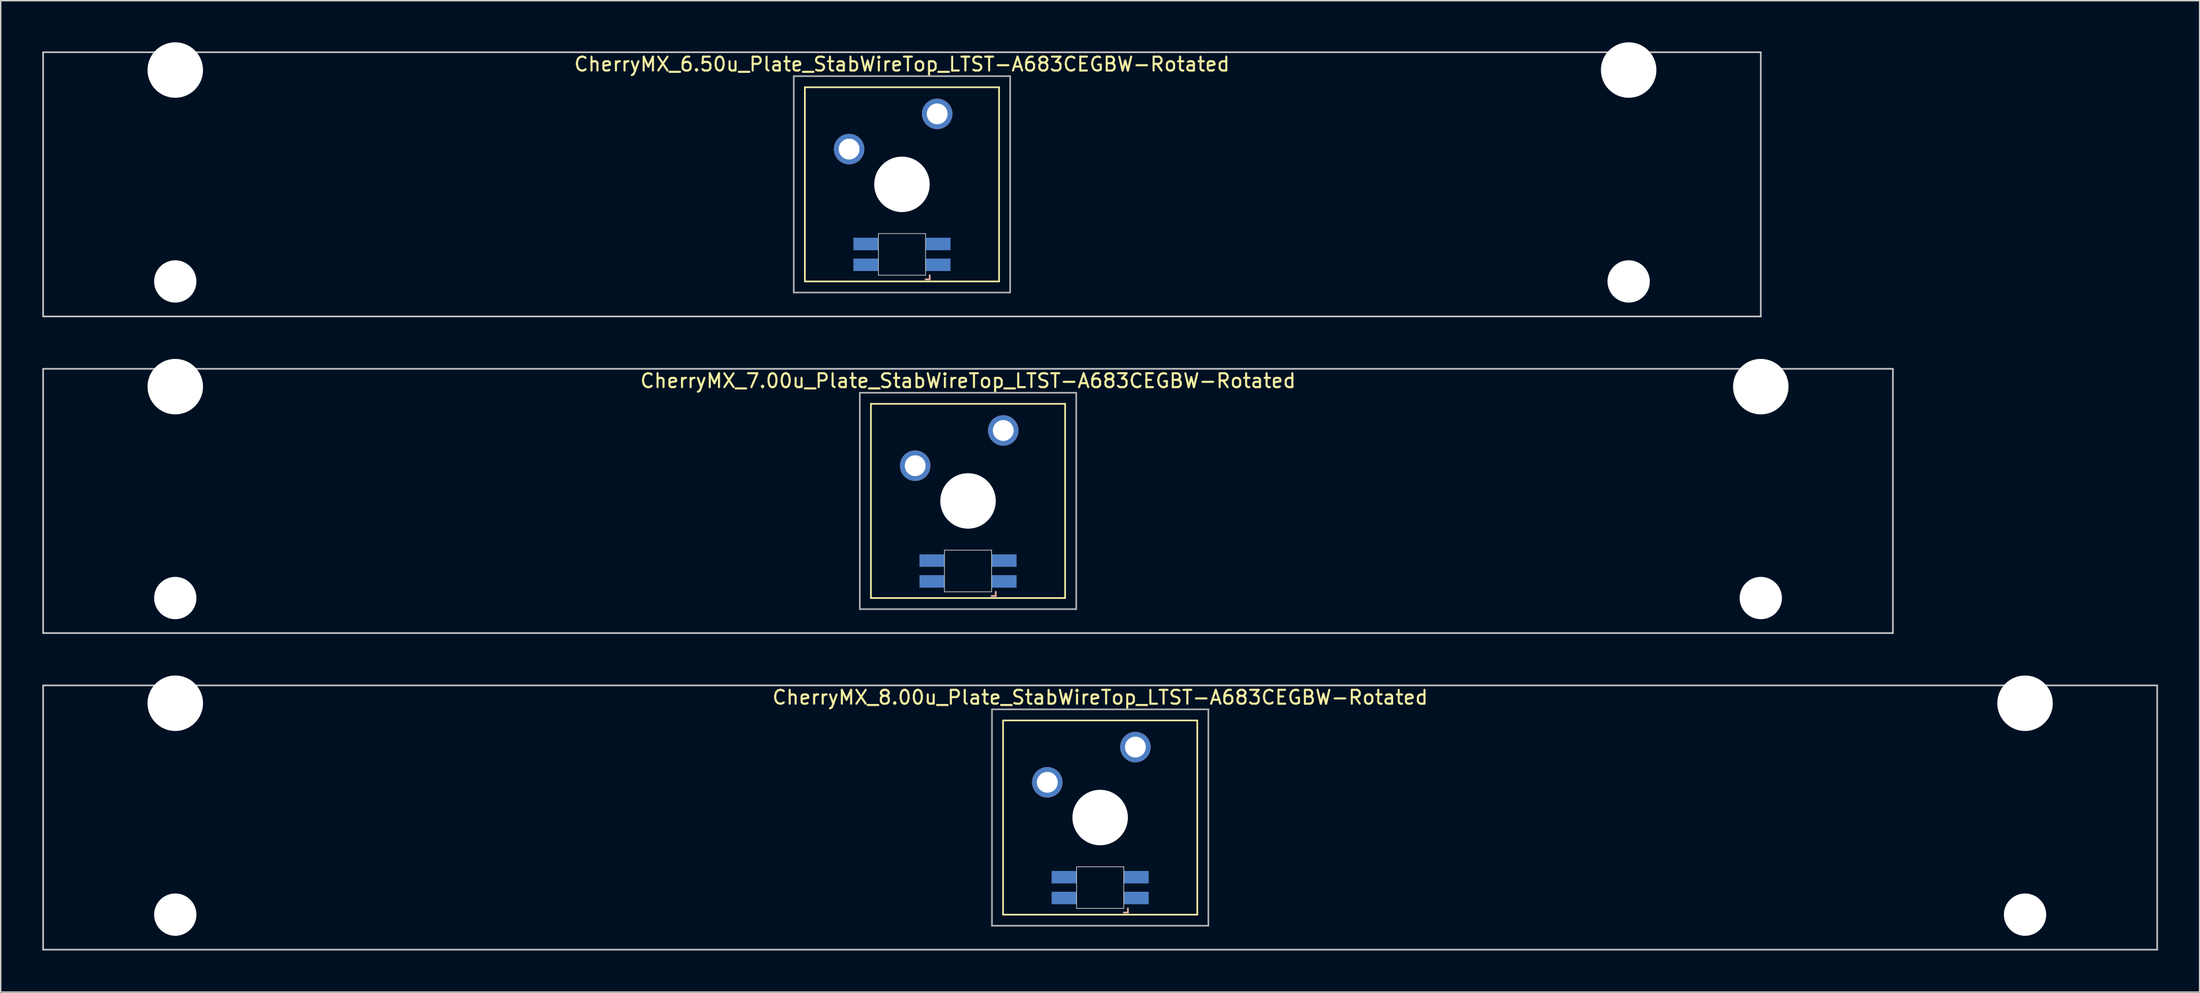
<source format=kicad_pcb>
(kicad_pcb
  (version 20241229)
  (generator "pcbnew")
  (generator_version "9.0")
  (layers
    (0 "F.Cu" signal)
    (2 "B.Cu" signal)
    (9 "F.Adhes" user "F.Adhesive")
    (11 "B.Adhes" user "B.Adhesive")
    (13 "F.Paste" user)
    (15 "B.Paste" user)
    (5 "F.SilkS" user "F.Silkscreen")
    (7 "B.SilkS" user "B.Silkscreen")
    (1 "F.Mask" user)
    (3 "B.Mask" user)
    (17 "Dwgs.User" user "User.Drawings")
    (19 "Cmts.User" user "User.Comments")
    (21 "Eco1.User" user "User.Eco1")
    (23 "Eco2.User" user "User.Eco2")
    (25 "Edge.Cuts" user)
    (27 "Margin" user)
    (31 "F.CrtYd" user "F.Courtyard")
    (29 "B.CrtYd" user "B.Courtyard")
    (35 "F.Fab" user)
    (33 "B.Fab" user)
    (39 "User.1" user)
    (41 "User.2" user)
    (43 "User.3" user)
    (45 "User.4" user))
  (footprint "CherryMX_8.00u_Plate_StabWireTop_LTST-A683CEGBW-Rotated"
    (layer "F.Cu")
    (at 76.26 55.89)
    (property "Reference" "CherryMX_8.00u_Plate_StabWireTop_LTST-A683CEGBW-Rotated" (at 0 -8.662 0) (layer "F.SilkS") (effects (font (size 1 1) (thickness 0.15))))
    (attr through_hole)
    (fp_line (start -7 -7) (end -7 7) (stroke (width 0.12) (type solid)) (layer "F.SilkS"))
    (fp_line (start -7 -7) (end 7 -7) (stroke (width 0.12) (type solid)) (layer "F.SilkS"))
    (fp_line (start 7 -7) (end 7 7) (stroke (width 0.12) (type solid)) (layer "F.SilkS"))
    (fp_line (start 7 7) (end -7 7) (stroke (width 0.12) (type solid)) (layer "F.SilkS"))
    (fp_line (start 1.7 6.85) (end 2 6.85) (stroke (width 0.12) (type solid)) (layer "B.SilkS"))
    (fp_line (start 2 6.85) (end 2 6.55) (stroke (width 0.12) (type solid)) (layer "B.SilkS"))
    (fp_line (start -76.2 -9.525) (end 76.2 -9.525) (stroke (width 0.12) (type solid)) (layer "Dwgs.User"))
    (fp_line (start -76.2 9.525) (end -76.2 -9.525) (stroke (width 0.12) (type solid)) (layer "Dwgs.User"))
    (fp_line (start 76.2 -9.525) (end 76.2 9.525) (stroke (width 0.12) (type solid)) (layer "Dwgs.User"))
    (fp_line (start 76.2 9.525) (end -76.2 9.525) (stroke (width 0.12) (type solid)) (layer "Dwgs.User"))
    (fp_line (start -1.7 3.55) (end 1.7 3.55) (stroke (width 0.05) (type solid)) (layer "Edge.Cuts"))
    (fp_line (start -1.7 6.55) (end -1.7 3.55) (stroke (width 0.05) (type solid)) (layer "Edge.Cuts"))
    (fp_line (start 1.7 3.55) (end 1.7 6.55) (stroke (width 0.05) (type solid)) (layer "Edge.Cuts"))
    (fp_line (start 1.7 6.55) (end -1.7 6.55) (stroke (width 0.05) (type solid)) (layer "Edge.Cuts"))
    (fp_line (start -7.8 -7.8) (end -7.8 7.8) (stroke (width 0.12) (type solid)) (layer "F.Fab"))
    (fp_line (start -7.8 -7.8) (end 7.8 -7.8) (stroke (width 0.12) (type solid)) (layer "F.Fab"))
    (fp_line (start -7.8 7.8) (end 7.8 7.8) (stroke (width 0.12) (type solid)) (layer "F.Fab"))
    (fp_line (start 7.8 -7.8) (end 7.8 7.8) (stroke (width 0.12) (type solid)) (layer "F.Fab"))
    (pad "" np_thru_hole circle (at -66.675 -8.24) (size 4 4) (drill 4) (layers "*.Cu" "*.Mask"))
    (pad "" np_thru_hole circle (at -66.675 7) (size 3.05 3.05) (drill 3.05) (layers "*.Cu" "*.Mask"))
    (pad "" np_thru_hole circle (at 0 0) (size 4 4) (drill 4) (layers "*.Cu" "*.Mask"))
    (pad "" np_thru_hole circle (at 66.675 -8.24) (size 4 4) (drill 4) (layers "*.Cu" "*.Mask"))
    (pad "" np_thru_hole circle (at 66.675 7) (size 3.05 3.05) (drill 3.05) (layers "*.Cu" "*.Mask"))
    (pad "1" thru_hole circle (at -3.81 -2.54) (size 2.2 2.2) (drill 1.5) (layers "*.Cu" "*.Mask"))
    (pad "2" thru_hole circle (at 2.54 -5.08) (size 2.2 2.2) (drill 1.5) (layers "*.Cu" "*.Mask"))
    (pad "3" smd rect (at 2.6 5.8 180) (size 1.8 0.9) (layers "B.Cu" "B.Mask" "B.Paste"))
    (pad "4" smd rect (at 2.6 4.3 180) (size 1.8 0.9) (layers "B.Cu" "B.Mask" "B.Paste"))
    (pad "5" smd rect (at -2.6 5.8 180) (size 1.8 0.9) (layers "B.Cu" "B.Mask" "B.Paste"))
    (pad "6" smd rect (at -2.6 4.3 180) (size 1.8 0.9) (layers "B.Cu" "B.Mask" "B.Paste")))
  (footprint "CherryMX_6.50u_Plate_StabWireTop_LTST-A683CEGBW-Rotated"
    (layer "F.Cu")
    (at 61.972 10.24)
    (property "Reference" "CherryMX_6.50u_Plate_StabWireTop_LTST-A683CEGBW-Rotated" (at 0 -8.662 0) (layer "F.SilkS") (effects (font (size 1 1) (thickness 0.15))))
    (attr through_hole)
    (fp_line (start -7 -7) (end -7 7) (stroke (width 0.12) (type solid)) (layer "F.SilkS"))
    (fp_line (start -7 -7) (end 7 -7) (stroke (width 0.12) (type solid)) (layer "F.SilkS"))
    (fp_line (start 7 -7) (end 7 7) (stroke (width 0.12) (type solid)) (layer "F.SilkS"))
    (fp_line (start 7 7) (end -7 7) (stroke (width 0.12) (type solid)) (layer "F.SilkS"))
    (fp_line (start 1.7 6.85) (end 2 6.85) (stroke (width 0.12) (type solid)) (layer "B.SilkS"))
    (fp_line (start 2 6.85) (end 2 6.55) (stroke (width 0.12) (type solid)) (layer "B.SilkS"))
    (fp_line (start -61.913 -9.525) (end 61.913 -9.525) (stroke (width 0.12) (type solid)) (layer "Dwgs.User"))
    (fp_line (start -61.913 9.525) (end -61.913 -9.525) (stroke (width 0.12) (type solid)) (layer "Dwgs.User"))
    (fp_line (start 61.913 -9.525) (end 61.913 9.525) (stroke (width 0.12) (type solid)) (layer "Dwgs.User"))
    (fp_line (start 61.913 9.525) (end -61.913 9.525) (stroke (width 0.12) (type solid)) (layer "Dwgs.User"))
    (fp_line (start -1.7 3.55) (end 1.7 3.55) (stroke (width 0.05) (type solid)) (layer "Edge.Cuts"))
    (fp_line (start -1.7 6.55) (end -1.7 3.55) (stroke (width 0.05) (type solid)) (layer "Edge.Cuts"))
    (fp_line (start 1.7 3.55) (end 1.7 6.55) (stroke (width 0.05) (type solid)) (layer "Edge.Cuts"))
    (fp_line (start 1.7 6.55) (end -1.7 6.55) (stroke (width 0.05) (type solid)) (layer "Edge.Cuts"))
    (fp_line (start -7.8 -7.8) (end -7.8 7.8) (stroke (width 0.12) (type solid)) (layer "F.Fab"))
    (fp_line (start -7.8 -7.8) (end 7.8 -7.8) (stroke (width 0.12) (type solid)) (layer "F.Fab"))
    (fp_line (start -7.8 7.8) (end 7.8 7.8) (stroke (width 0.12) (type solid)) (layer "F.Fab"))
    (fp_line (start 7.8 -7.8) (end 7.8 7.8) (stroke (width 0.12) (type solid)) (layer "F.Fab"))
    (pad "" np_thru_hole circle (at -52.388 -8.24) (size 4 4) (drill 4) (layers "*.Cu" "*.Mask"))
    (pad "" np_thru_hole circle (at -52.388 7) (size 3.05 3.05) (drill 3.05) (layers "*.Cu" "*.Mask"))
    (pad "" np_thru_hole circle (at 0 0) (size 4 4) (drill 4) (layers "*.Cu" "*.Mask"))
    (pad "" np_thru_hole circle (at 52.388 -8.24) (size 4 4) (drill 4) (layers "*.Cu" "*.Mask"))
    (pad "" np_thru_hole circle (at 52.388 7) (size 3.05 3.05) (drill 3.05) (layers "*.Cu" "*.Mask"))
    (pad "1" thru_hole circle (at -3.81 -2.54) (size 2.2 2.2) (drill 1.5) (layers "*.Cu" "*.Mask"))
    (pad "2" thru_hole circle (at 2.54 -5.08) (size 2.2 2.2) (drill 1.5) (layers "*.Cu" "*.Mask"))
    (pad "3" smd rect (at 2.6 5.8) (size 1.8 0.9) (layers "B.Cu" "B.Mask" "B.Paste"))
    (pad "4" smd rect (at 2.6 4.3) (size 1.8 0.9) (layers "B.Cu" "B.Mask" "B.Paste"))
    (pad "5" smd rect (at -2.6 5.8) (size 1.8 0.9) (layers "B.Cu" "B.Mask" "B.Paste"))
    (pad "6" smd rect (at -2.6 4.3) (size 1.8 0.9) (layers "B.Cu" "B.Mask" "B.Paste")))
  (footprint "CherryMX_7.00u_Plate_StabWireTop_LTST-A683CEGBW-Rotated"
    (layer "F.Cu")
    (at 66.735 33.065)
    (property "Reference" "CherryMX_7.00u_Plate_StabWireTop_LTST-A683CEGBW-Rotated" (at 0 -8.662 0) (layer "F.SilkS") (effects (font (size 1 1) (thickness 0.15))))
    (attr through_hole)
    (fp_line (start -7 -7) (end -7 7) (stroke (width 0.12) (type solid)) (layer "F.SilkS"))
    (fp_line (start -7 -7) (end 7 -7) (stroke (width 0.12) (type solid)) (layer "F.SilkS"))
    (fp_line (start 7 -7) (end 7 7) (stroke (width 0.12) (type solid)) (layer "F.SilkS"))
    (fp_line (start 7 7) (end -7 7) (stroke (width 0.12) (type solid)) (layer "F.SilkS"))
    (fp_line (start 1.7 6.85) (end 2 6.85) (stroke (width 0.12) (type solid)) (layer "B.SilkS"))
    (fp_line (start 2 6.85) (end 2 6.55) (stroke (width 0.12) (type solid)) (layer "B.SilkS"))
    (fp_line (start -66.675 -9.525) (end 66.675 -9.525) (stroke (width 0.12) (type solid)) (layer "Dwgs.User"))
    (fp_line (start -66.675 9.525) (end -66.675 -9.525) (stroke (width 0.12) (type solid)) (layer "Dwgs.User"))
    (fp_line (start 66.675 -9.525) (end 66.675 9.525) (stroke (width 0.12) (type solid)) (layer "Dwgs.User"))
    (fp_line (start 66.675 9.525) (end -66.675 9.525) (stroke (width 0.12) (type solid)) (layer "Dwgs.User"))
    (fp_line (start -1.7 3.55) (end 1.7 3.55) (stroke (width 0.05) (type solid)) (layer "Edge.Cuts"))
    (fp_line (start -1.7 6.55) (end -1.7 3.55) (stroke (width 0.05) (type solid)) (layer "Edge.Cuts"))
    (fp_line (start 1.7 3.55) (end 1.7 6.55) (stroke (width 0.05) (type solid)) (layer "Edge.Cuts"))
    (fp_line (start 1.7 6.55) (end -1.7 6.55) (stroke (width 0.05) (type solid)) (layer "Edge.Cuts"))
    (fp_line (start -7.8 -7.8) (end -7.8 7.8) (stroke (width 0.12) (type solid)) (layer "F.Fab"))
    (fp_line (start -7.8 -7.8) (end 7.8 -7.8) (stroke (width 0.12) (type solid)) (layer "F.Fab"))
    (fp_line (start -7.8 7.8) (end 7.8 7.8) (stroke (width 0.12) (type solid)) (layer "F.Fab"))
    (fp_line (start 7.8 -7.8) (end 7.8 7.8) (stroke (width 0.12) (type solid)) (layer "F.Fab"))
    (pad "" np_thru_hole circle (at -57.15 -8.24) (size 4 4) (drill 4) (layers "*.Cu" "*.Mask"))
    (pad "" np_thru_hole circle (at -57.15 7) (size 3.05 3.05) (drill 3.05) (layers "*.Cu" "*.Mask"))
    (pad "" np_thru_hole circle (at 0 0) (size 4 4) (drill 4) (layers "*.Cu" "*.Mask"))
    (pad "" np_thru_hole circle (at 57.15 -8.24) (size 4 4) (drill 4) (layers "*.Cu" "*.Mask"))
    (pad "" np_thru_hole circle (at 57.15 7) (size 3.05 3.05) (drill 3.05) (layers "*.Cu" "*.Mask"))
    (pad "1" thru_hole circle (at -3.81 -2.54) (size 2.2 2.2) (drill 1.5) (layers "*.Cu" "*.Mask"))
    (pad "2" thru_hole circle (at 2.54 -5.08) (size 2.2 2.2) (drill 1.5) (layers "*.Cu" "*.Mask"))
    (pad "3" smd rect (at 2.6 5.8) (size 1.8 0.9) (layers "B.Cu" "B.Mask" "B.Paste"))
    (pad "4" smd rect (at 2.6 4.3) (size 1.8 0.9) (layers "B.Cu" "B.Mask" "B.Paste"))
    (pad "5" smd rect (at -2.6 5.8) (size 1.8 0.9) (layers "B.Cu" "B.Mask" "B.Paste"))
    (pad "6" smd rect (at -2.6 4.3) (size 1.8 0.9) (layers "B.Cu" "B.Mask" "B.Paste")))
  (gr_rect
    (start -3 -3)
    (end 155.52 68.475)
    (stroke (width 0.1) (type default))
    (fill no)
    (layer "Edge.Cuts")))
</source>
